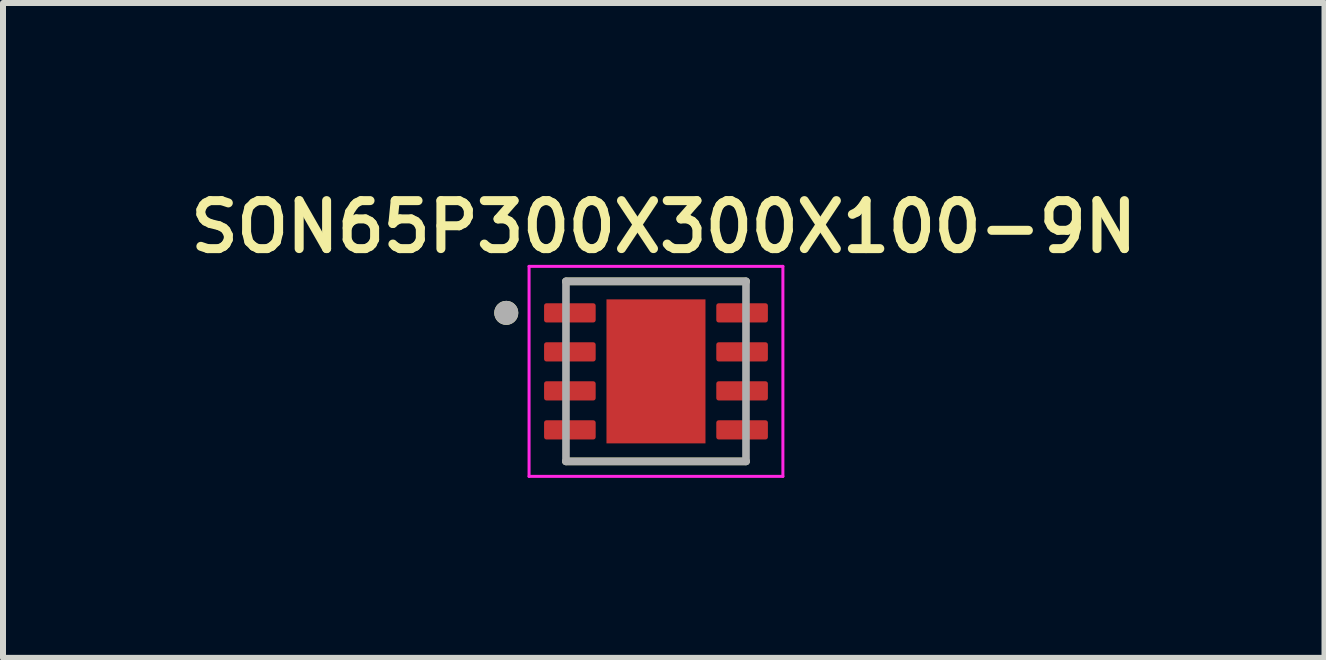
<source format=kicad_pcb>
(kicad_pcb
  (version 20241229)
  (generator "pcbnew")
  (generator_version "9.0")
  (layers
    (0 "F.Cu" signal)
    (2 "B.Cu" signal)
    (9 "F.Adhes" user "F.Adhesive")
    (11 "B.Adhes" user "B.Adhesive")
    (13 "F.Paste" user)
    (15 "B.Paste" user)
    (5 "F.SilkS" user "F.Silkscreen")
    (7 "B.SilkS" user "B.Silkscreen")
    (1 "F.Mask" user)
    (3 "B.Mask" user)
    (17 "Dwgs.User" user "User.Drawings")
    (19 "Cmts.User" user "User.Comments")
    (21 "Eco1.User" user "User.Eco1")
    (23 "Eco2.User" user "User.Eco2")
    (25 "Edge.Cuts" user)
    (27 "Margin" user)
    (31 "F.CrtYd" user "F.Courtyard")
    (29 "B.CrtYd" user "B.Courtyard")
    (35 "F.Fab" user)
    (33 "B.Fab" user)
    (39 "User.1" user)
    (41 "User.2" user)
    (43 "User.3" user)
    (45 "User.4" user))
  (footprint "SON65P300X300X100-9N"
    (layer "F.Cu")
    (at 7.882 3.139)
    (property "Reference" "SON65P300X300X100-9N" (at 0.13 -2.408 0) (layer "F.SilkS") (effects (font (size 0.8 0.8) (thickness 0.15))))
    (attr smd allow_soldermask_bridges)
    (fp_line (start -1.5 -1.5) (end 1.5 -1.5) (stroke (width 0.127) (type solid)) (layer "F.SilkS"))
    (fp_line (start -1.5 1.5) (end 1.5 1.5) (stroke (width 0.127) (type solid)) (layer "F.SilkS"))
    (fp_circle (center -2.495 -0.975) (end -2.395 -0.975) (stroke (width 0.2) (type solid)) (fill no) (layer "F.SilkS"))
    (fp_poly (pts (xy -0.52 -0.76) (xy 0.52 -0.76) (xy 0.52 0.76) (xy -0.52 0.76)) (stroke (width 0.01) (type solid)) (fill yes) (layer "F.Paste"))
    (fp_line (start -2.115 -1.75) (end -2.115 1.75) (stroke (width 0.05) (type solid)) (layer "F.CrtYd"))
    (fp_line (start -2.115 -1.75) (end 2.115 -1.75) (stroke (width 0.05) (type solid)) (layer "F.CrtYd"))
    (fp_line (start -2.115 1.75) (end 2.115 1.75) (stroke (width 0.05) (type solid)) (layer "F.CrtYd"))
    (fp_line (start 2.115 -1.75) (end 2.115 1.75) (stroke (width 0.05) (type solid)) (layer "F.CrtYd"))
    (fp_line (start -1.5 -1.5) (end -1.5 1.5) (stroke (width 0.127) (type solid)) (layer "F.Fab"))
    (fp_line (start -1.5 -1.5) (end 1.5 -1.5) (stroke (width 0.127) (type solid)) (layer "F.Fab"))
    (fp_line (start -1.5 1.5) (end 1.5 1.5) (stroke (width 0.127) (type solid)) (layer "F.Fab"))
    (fp_line (start 1.5 -1.5) (end 1.5 1.5) (stroke (width 0.127) (type solid)) (layer "F.Fab"))
    (fp_circle (center -2.495 -0.975) (end -2.395 -0.975) (stroke (width 0.2) (type solid)) (fill no) (layer "F.Fab"))
    (pad "1" smd roundrect (at -1.435 -0.975) (size 0.86 0.32) (layers "F.Cu" "F.Mask" "F.Paste") (roundrect_rratio 0.125))
    (pad "2" smd roundrect (at -1.435 -0.325) (size 0.86 0.32) (layers "F.Cu" "F.Mask" "F.Paste") (roundrect_rratio 0.125))
    (pad "3" smd roundrect (at -1.435 0.325) (size 0.86 0.32) (layers "F.Cu" "F.Mask" "F.Paste") (roundrect_rratio 0.125))
    (pad "4" smd roundrect (at -1.435 0.975) (size 0.86 0.32) (layers "F.Cu" "F.Mask" "F.Paste") (roundrect_rratio 0.125))
    (pad "5" smd roundrect (at 1.435 0.975) (size 0.86 0.32) (layers "F.Cu" "F.Mask" "F.Paste") (roundrect_rratio 0.125))
    (pad "6" smd roundrect (at 1.435 0.325) (size 0.86 0.32) (layers "F.Cu" "F.Mask" "F.Paste") (roundrect_rratio 0.125))
    (pad "7" smd roundrect (at 1.435 -0.325) (size 0.86 0.32) (layers "F.Cu" "F.Mask" "F.Paste") (roundrect_rratio 0.125))
    (pad "8" smd roundrect (at 1.435 -0.975) (size 0.86 0.32) (layers "F.Cu" "F.Mask" "F.Paste") (roundrect_rratio 0.125))
    (pad "9" smd rect (at 0 0) (size 1.65 2.4) (layers "F.Cu" "F.Mask")))
  (gr_rect
    (start -3 -3)
    (end 19.023 7.914)
    (stroke (width 0.1) (type default))
    (fill no)
    (layer "Edge.Cuts")))
</source>
